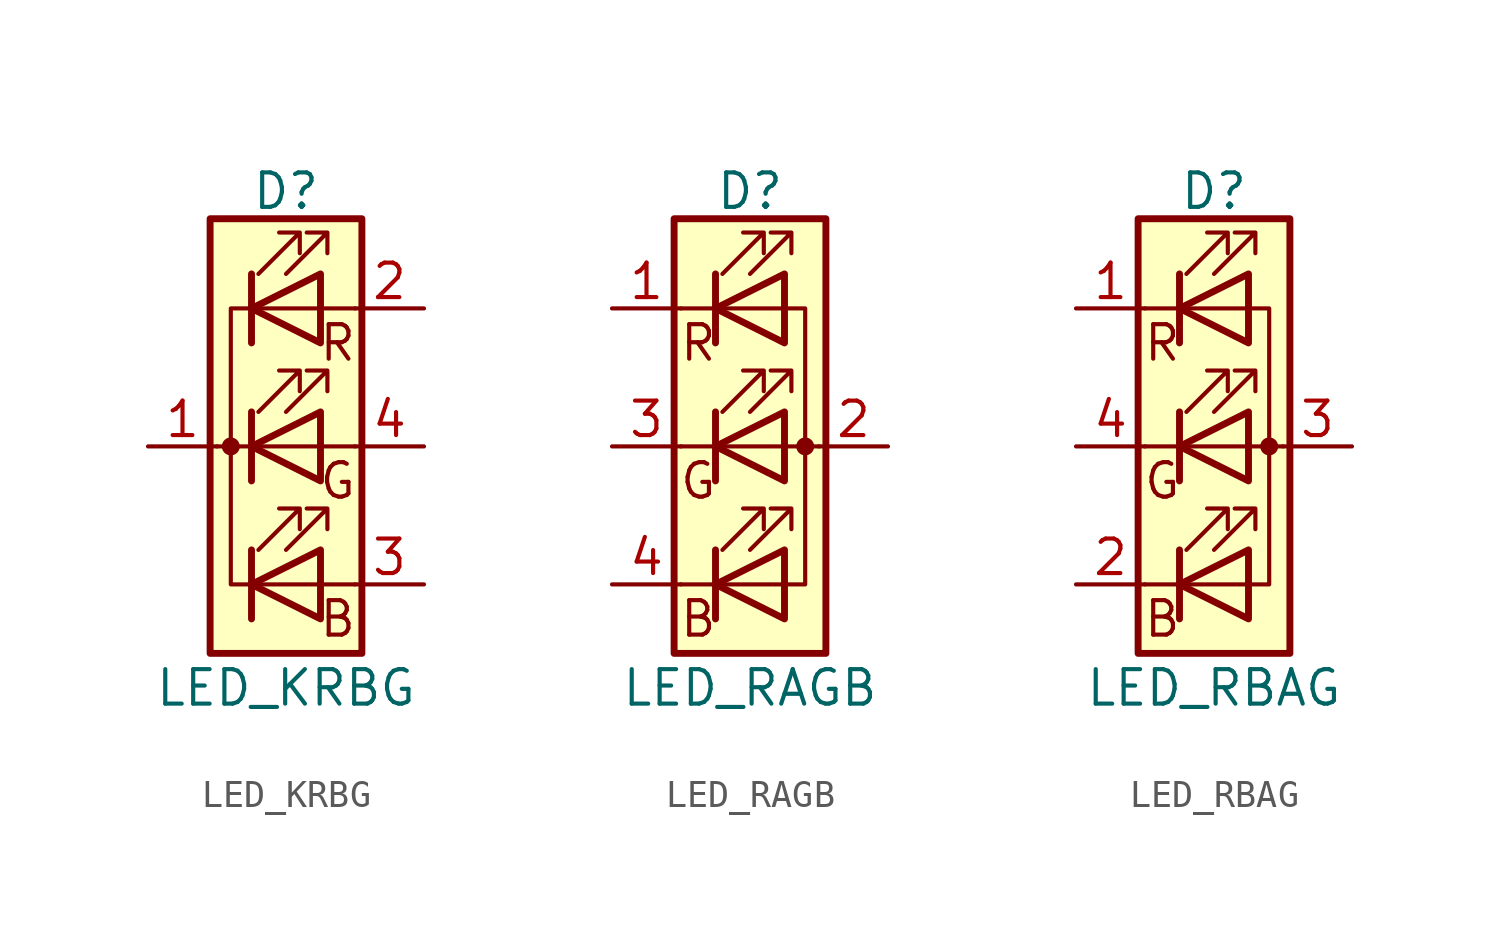
<source format=kicad_sym>
(kicad_symbol_lib
  (version 20211014)
  (generator kicad_symbol_editor)
  (symbol "LED_KRBG"
    (pin_names
      (offset 0) hide)
    (property "Reference" "D"
      (at 0 9.398 0)
      (effects (font (size 1.27 1.27))))
    (property "Value" "LED_KRBG"
      (at 0 -8.89 0)
      (effects (font (size 1.27 1.27))))
    (symbol "LED_KRBG_0_0"
      (text "B" (at 1.905 -6.35 0) (effects (font (size 1.27 1.27))))
      (text "G" (at 1.905 -1.27 0) (effects (font (size 1.27 1.27))))
      (text "R" (at 1.905 3.81 0) (effects (font (size 1.27 1.27)))))
    (symbol "LED_KRBG_0_1"
      (circle (center -2.032 0) (radius 0.254) (stroke (width 0) (type default) (color 0 0 0 0)) (fill (type outline)))
      (polyline (pts (xy -1.27 -5.08) (xy 1.27 -5.08)) (stroke (width 0) (type default) (color 0 0 0 0)) (fill (type none)))
      (polyline (pts (xy -1.27 -3.81) (xy -1.27 -6.35)) (stroke (width 0.254) (type default) (color 0 0 0 0)) (fill (type none)))
      (polyline (pts (xy -1.27 0) (xy -2.54 0)) (stroke (width 0) (type default) (color 0 0 0 0)) (fill (type none)))
      (polyline (pts (xy -1.27 1.27) (xy -1.27 -1.27)) (stroke (width 0.254) (type default) (color 0 0 0 0)) (fill (type none)))
      (polyline (pts (xy -1.27 5.08) (xy 1.27 5.08)) (stroke (width 0) (type default) (color 0 0 0 0)) (fill (type none)))
      (polyline (pts (xy -1.27 6.35) (xy -1.27 3.81)) (stroke (width 0.254) (type default) (color 0 0 0 0)) (fill (type none)))
      (polyline (pts (xy 1.27 -5.08) (xy 2.54 -5.08)) (stroke (width 0) (type default) (color 0 0 0 0)) (fill (type none)))
      (polyline (pts (xy 1.27 0) (xy -1.27 0)) (stroke (width 0) (type default) (color 0 0 0 0)) (fill (type none)))
      (polyline (pts (xy 1.27 0) (xy 2.54 0)) (stroke (width 0) (type default) (color 0 0 0 0)) (fill (type none)))
      (polyline (pts (xy 1.27 5.08) (xy 2.54 5.08)) (stroke (width 0) (type default) (color 0 0 0 0)) (fill (type none)))
      (polyline (pts (xy -1.27 1.27) (xy -1.27 -1.27) (xy -1.27 -1.27)) (stroke (width 0) (type default) (color 0 0 0 0)) (fill (type none)))
      (polyline (pts (xy -1.27 6.35) (xy -1.27 3.81) (xy -1.27 3.81)) (stroke (width 0) (type default) (color 0 0 0 0)) (fill (type none)))
      (polyline (pts (xy -1.27 5.08) (xy -2.032 5.08) (xy -2.032 -5.08) (xy -1.016 -5.08)) (stroke (width 0) (type default) (color 0 0 0 0)) (fill (type none)))
      (polyline (pts (xy 1.27 -3.81) (xy 1.27 -6.35) (xy -1.27 -5.08) (xy 1.27 -3.81)) (stroke (width 0.254) (type default) (color 0 0 0 0)) (fill (type none)))
      (polyline (pts (xy 1.27 1.27) (xy 1.27 -1.27) (xy -1.27 0) (xy 1.27 1.27)) (stroke (width 0.254) (type default) (color 0 0 0 0)) (fill (type none)))
      (polyline (pts (xy 1.27 6.35) (xy 1.27 3.81) (xy -1.27 5.08) (xy 1.27 6.35)) (stroke (width 0.254) (type default) (color 0 0 0 0)) (fill (type none)))
      (polyline (pts (xy -1.016 -3.81) (xy 0.508 -2.286) (xy -0.254 -2.286) (xy 0.508 -2.286) (xy 0.508 -3.048)) (stroke (width 0) (type default) (color 0 0 0 0)) (fill (type none)))
      (polyline (pts (xy -1.016 1.27) (xy 0.508 2.794) (xy -0.254 2.794) (xy 0.508 2.794) (xy 0.508 2.032)) (stroke (width 0) (type default) (color 0 0 0 0)) (fill (type none)))
      (polyline (pts (xy -1.016 6.35) (xy 0.508 7.874) (xy -0.254 7.874) (xy 0.508 7.874) (xy 0.508 7.112)) (stroke (width 0) (type default) (color 0 0 0 0)) (fill (type none)))
      (polyline (pts (xy 0 -3.81) (xy 1.524 -2.286) (xy 0.762 -2.286) (xy 1.524 -2.286) (xy 1.524 -3.048)) (stroke (width 0) (type default) (color 0 0 0 0)) (fill (type none)))
      (polyline (pts (xy 0 1.27) (xy 1.524 2.794) (xy 0.762 2.794) (xy 1.524 2.794) (xy 1.524 2.032)) (stroke (width 0) (type default) (color 0 0 0 0)) (fill (type none)))
      (polyline (pts (xy 0 6.35) (xy 1.524 7.874) (xy 0.762 7.874) (xy 1.524 7.874) (xy 1.524 7.112)) (stroke (width 0) (type default) (color 0 0 0 0)) (fill (type none)))
      (rectangle (start 1.27 -1.27) (end 1.27 1.27) (stroke (width 0) (type default) (color 0 0 0 0)) (fill (type none)))
      (rectangle (start 1.27 1.27) (end 1.27 1.27) (stroke (width 0) (type default) (color 0 0 0 0)) (fill (type none)))
      (rectangle (start 1.27 3.81) (end 1.27 6.35) (stroke (width 0) (type default) (color 0 0 0 0)) (fill (type none)))
      (rectangle (start 1.27 6.35) (end 1.27 6.35) (stroke (width 0) (type default) (color 0 0 0 0)) (fill (type none)))
      (rectangle (start 2.794 8.382) (end -2.794 -7.62) (stroke (width 0.254) (type default) (color 0 0 0 0)) (fill (type background))))
    (symbol "LED_KRBG_1_1"
      (pin passive line (at -5.08 0 0) (length 2.54) (name "K" (effects (font (size 1.27 1.27)))) (number "1" (effects (font (size 1.27 1.27)))))
      (pin passive line (at 5.08 5.08 180) (length 2.54) (name "RA" (effects (font (size 1.27 1.27)))) (number "2" (effects (font (size 1.27 1.27)))))
      (pin passive line (at 5.08 -5.08 180) (length 2.54) (name "BA" (effects (font (size 1.27 1.27)))) (number "3" (effects (font (size 1.27 1.27)))))
      (pin passive line (at 5.08 0 180) (length 2.54) (name "GA" (effects (font (size 1.27 1.27)))) (number "4" (effects (font (size 1.27 1.27)))))))
  (symbol "LED_RAGB"
    (pin_names
      (offset 0) hide)
    (property "Reference" "D"
      (at 0 9.398 0)
      (effects (font (size 1.27 1.27))))
    (property "Value" "LED_RAGB"
      (at 0 -8.89 0)
      (effects (font (size 1.27 1.27))))
    (symbol "LED_RAGB_0_0"
      (text "B" (at -1.905 -6.35 0) (effects (font (size 1.27 1.27))))
      (text "G" (at -1.905 -1.27 0) (effects (font (size 1.27 1.27))))
      (text "R" (at -1.905 3.81 0) (effects (font (size 1.27 1.27)))))
    (symbol "LED_RAGB_0_1"
      (polyline (pts (xy -1.27 -5.08) (xy -2.54 -5.08)) (stroke (width 0) (type default) (color 0 0 0 0)) (fill (type none)))
      (polyline (pts (xy -1.27 -5.08) (xy 1.27 -5.08)) (stroke (width 0) (type default) (color 0 0 0 0)) (fill (type none)))
      (polyline (pts (xy -1.27 -3.81) (xy -1.27 -6.35)) (stroke (width 0.254) (type default) (color 0 0 0 0)) (fill (type none)))
      (polyline (pts (xy -1.27 0) (xy -2.54 0)) (stroke (width 0) (type default) (color 0 0 0 0)) (fill (type none)))
      (polyline (pts (xy -1.27 1.27) (xy -1.27 -1.27)) (stroke (width 0.254) (type default) (color 0 0 0 0)) (fill (type none)))
      (polyline (pts (xy -1.27 5.08) (xy -2.54 5.08)) (stroke (width 0) (type default) (color 0 0 0 0)) (fill (type none)))
      (polyline (pts (xy -1.27 5.08) (xy 1.27 5.08)) (stroke (width 0) (type default) (color 0 0 0 0)) (fill (type none)))
      (polyline (pts (xy -1.27 6.35) (xy -1.27 3.81)) (stroke (width 0.254) (type default) (color 0 0 0 0)) (fill (type none)))
      (polyline (pts (xy 1.27 0) (xy -1.27 0)) (stroke (width 0) (type default) (color 0 0 0 0)) (fill (type none)))
      (polyline (pts (xy 1.27 0) (xy 2.54 0)) (stroke (width 0) (type default) (color 0 0 0 0)) (fill (type none)))
      (polyline (pts (xy -1.27 1.27) (xy -1.27 -1.27) (xy -1.27 -1.27)) (stroke (width 0) (type default) (color 0 0 0 0)) (fill (type none)))
      (polyline (pts (xy -1.27 6.35) (xy -1.27 3.81) (xy -1.27 3.81)) (stroke (width 0) (type default) (color 0 0 0 0)) (fill (type none)))
      (polyline (pts (xy 1.27 -5.08) (xy 2.032 -5.08) (xy 2.032 5.08) (xy 1.27 5.08)) (stroke (width 0) (type default) (color 0 0 0 0)) (fill (type none)))
      (polyline (pts (xy 1.27 -3.81) (xy 1.27 -6.35) (xy -1.27 -5.08) (xy 1.27 -3.81)) (stroke (width 0.254) (type default) (color 0 0 0 0)) (fill (type none)))
      (polyline (pts (xy 1.27 1.27) (xy 1.27 -1.27) (xy -1.27 0) (xy 1.27 1.27)) (stroke (width 0.254) (type default) (color 0 0 0 0)) (fill (type none)))
      (polyline (pts (xy 1.27 6.35) (xy 1.27 3.81) (xy -1.27 5.08) (xy 1.27 6.35)) (stroke (width 0.254) (type default) (color 0 0 0 0)) (fill (type none)))
      (polyline (pts (xy -1.016 -3.81) (xy 0.508 -2.286) (xy -0.254 -2.286) (xy 0.508 -2.286) (xy 0.508 -3.048)) (stroke (width 0) (type default) (color 0 0 0 0)) (fill (type none)))
      (polyline (pts (xy -1.016 1.27) (xy 0.508 2.794) (xy -0.254 2.794) (xy 0.508 2.794) (xy 0.508 2.032)) (stroke (width 0) (type default) (color 0 0 0 0)) (fill (type none)))
      (polyline (pts (xy -1.016 6.35) (xy 0.508 7.874) (xy -0.254 7.874) (xy 0.508 7.874) (xy 0.508 7.112)) (stroke (width 0) (type default) (color 0 0 0 0)) (fill (type none)))
      (polyline (pts (xy 0 -3.81) (xy 1.524 -2.286) (xy 0.762 -2.286) (xy 1.524 -2.286) (xy 1.524 -3.048)) (stroke (width 0) (type default) (color 0 0 0 0)) (fill (type none)))
      (polyline (pts (xy 0 1.27) (xy 1.524 2.794) (xy 0.762 2.794) (xy 1.524 2.794) (xy 1.524 2.032)) (stroke (width 0) (type default) (color 0 0 0 0)) (fill (type none)))
      (polyline (pts (xy 0 6.35) (xy 1.524 7.874) (xy 0.762 7.874) (xy 1.524 7.874) (xy 1.524 7.112)) (stroke (width 0) (type default) (color 0 0 0 0)) (fill (type none)))
      (rectangle (start 1.27 -1.27) (end 1.27 1.27) (stroke (width 0) (type default) (color 0 0 0 0)) (fill (type none)))
      (rectangle (start 1.27 1.27) (end 1.27 1.27) (stroke (width 0) (type default) (color 0 0 0 0)) (fill (type none)))
      (rectangle (start 1.27 3.81) (end 1.27 6.35) (stroke (width 0) (type default) (color 0 0 0 0)) (fill (type none)))
      (rectangle (start 1.27 6.35) (end 1.27 6.35) (stroke (width 0) (type default) (color 0 0 0 0)) (fill (type none)))
      (circle (center 2.032 0) (radius 0.254) (stroke (width 0) (type default) (color 0 0 0 0)) (fill (type outline)))
      (rectangle (start 2.794 8.382) (end -2.794 -7.62) (stroke (width 0.254) (type default) (color 0 0 0 0)) (fill (type background))))
    (symbol "LED_RAGB_1_1"
      (pin passive line (at -5.08 5.08 0) (length 2.54) (name "RK" (effects (font (size 1.27 1.27)))) (number "1" (effects (font (size 1.27 1.27)))))
      (pin passive line (at 5.08 0 180) (length 2.54) (name "A" (effects (font (size 1.27 1.27)))) (number "2" (effects (font (size 1.27 1.27)))))
      (pin passive line (at -5.08 0 0) (length 2.54) (name "GK" (effects (font (size 1.27 1.27)))) (number "3" (effects (font (size 1.27 1.27)))))
      (pin passive line (at -5.08 -5.08 0) (length 2.54) (name "BK" (effects (font (size 1.27 1.27)))) (number "4" (effects (font (size 1.27 1.27)))))))
  (symbol "LED_RBAG"
    (pin_names
      (offset 0) hide)
    (property "Reference" "D"
      (at 0 9.398 0)
      (effects (font (size 1.27 1.27))))
    (property "Value" "LED_RBAG"
      (at 0 -8.89 0)
      (effects (font (size 1.27 1.27))))
    (symbol "LED_RBAG_0_0"
      (text "B" (at -1.905 -6.35 0) (effects (font (size 1.27 1.27))))
      (text "G" (at -1.905 -1.27 0) (effects (font (size 1.27 1.27))))
      (text "R" (at -1.905 3.81 0) (effects (font (size 1.27 1.27)))))
    (symbol "LED_RBAG_0_1"
      (polyline (pts (xy -1.27 -5.08) (xy -2.54 -5.08)) (stroke (width 0) (type default) (color 0 0 0 0)) (fill (type none)))
      (polyline (pts (xy -1.27 -5.08) (xy 1.27 -5.08)) (stroke (width 0) (type default) (color 0 0 0 0)) (fill (type none)))
      (polyline (pts (xy -1.27 -3.81) (xy -1.27 -6.35)) (stroke (width 0.254) (type default) (color 0 0 0 0)) (fill (type none)))
      (polyline (pts (xy -1.27 0) (xy -2.54 0)) (stroke (width 0) (type default) (color 0 0 0 0)) (fill (type none)))
      (polyline (pts (xy -1.27 1.27) (xy -1.27 -1.27)) (stroke (width 0.254) (type default) (color 0 0 0 0)) (fill (type none)))
      (polyline (pts (xy -1.27 5.08) (xy -2.54 5.08)) (stroke (width 0) (type default) (color 0 0 0 0)) (fill (type none)))
      (polyline (pts (xy -1.27 5.08) (xy 1.27 5.08)) (stroke (width 0) (type default) (color 0 0 0 0)) (fill (type none)))
      (polyline (pts (xy -1.27 6.35) (xy -1.27 3.81)) (stroke (width 0.254) (type default) (color 0 0 0 0)) (fill (type none)))
      (polyline (pts (xy 1.27 0) (xy -1.27 0)) (stroke (width 0) (type default) (color 0 0 0 0)) (fill (type none)))
      (polyline (pts (xy 1.27 0) (xy 2.54 0)) (stroke (width 0) (type default) (color 0 0 0 0)) (fill (type none)))
      (polyline (pts (xy -1.27 1.27) (xy -1.27 -1.27) (xy -1.27 -1.27)) (stroke (width 0) (type default) (color 0 0 0 0)) (fill (type none)))
      (polyline (pts (xy -1.27 6.35) (xy -1.27 3.81) (xy -1.27 3.81)) (stroke (width 0) (type default) (color 0 0 0 0)) (fill (type none)))
      (polyline (pts (xy 1.27 -5.08) (xy 2.032 -5.08) (xy 2.032 5.08) (xy 1.27 5.08)) (stroke (width 0) (type default) (color 0 0 0 0)) (fill (type none)))
      (polyline (pts (xy 1.27 -3.81) (xy 1.27 -6.35) (xy -1.27 -5.08) (xy 1.27 -3.81)) (stroke (width 0.254) (type default) (color 0 0 0 0)) (fill (type none)))
      (polyline (pts (xy 1.27 1.27) (xy 1.27 -1.27) (xy -1.27 0) (xy 1.27 1.27)) (stroke (width 0.254) (type default) (color 0 0 0 0)) (fill (type none)))
      (polyline (pts (xy 1.27 6.35) (xy 1.27 3.81) (xy -1.27 5.08) (xy 1.27 6.35)) (stroke (width 0.254) (type default) (color 0 0 0 0)) (fill (type none)))
      (polyline (pts (xy -1.016 -3.81) (xy 0.508 -2.286) (xy -0.254 -2.286) (xy 0.508 -2.286) (xy 0.508 -3.048)) (stroke (width 0) (type default) (color 0 0 0 0)) (fill (type none)))
      (polyline (pts (xy -1.016 1.27) (xy 0.508 2.794) (xy -0.254 2.794) (xy 0.508 2.794) (xy 0.508 2.032)) (stroke (width 0) (type default) (color 0 0 0 0)) (fill (type none)))
      (polyline (pts (xy -1.016 6.35) (xy 0.508 7.874) (xy -0.254 7.874) (xy 0.508 7.874) (xy 0.508 7.112)) (stroke (width 0) (type default) (color 0 0 0 0)) (fill (type none)))
      (polyline (pts (xy 0 -3.81) (xy 1.524 -2.286) (xy 0.762 -2.286) (xy 1.524 -2.286) (xy 1.524 -3.048)) (stroke (width 0) (type default) (color 0 0 0 0)) (fill (type none)))
      (polyline (pts (xy 0 1.27) (xy 1.524 2.794) (xy 0.762 2.794) (xy 1.524 2.794) (xy 1.524 2.032)) (stroke (width 0) (type default) (color 0 0 0 0)) (fill (type none)))
      (polyline (pts (xy 0 6.35) (xy 1.524 7.874) (xy 0.762 7.874) (xy 1.524 7.874) (xy 1.524 7.112)) (stroke (width 0) (type default) (color 0 0 0 0)) (fill (type none)))
      (rectangle (start 1.27 -1.27) (end 1.27 1.27) (stroke (width 0) (type default) (color 0 0 0 0)) (fill (type none)))
      (rectangle (start 1.27 1.27) (end 1.27 1.27) (stroke (width 0) (type default) (color 0 0 0 0)) (fill (type none)))
      (rectangle (start 1.27 3.81) (end 1.27 6.35) (stroke (width 0) (type default) (color 0 0 0 0)) (fill (type none)))
      (rectangle (start 1.27 6.35) (end 1.27 6.35) (stroke (width 0) (type default) (color 0 0 0 0)) (fill (type none)))
      (circle (center 2.032 0) (radius 0.254) (stroke (width 0) (type default) (color 0 0 0 0)) (fill (type outline)))
      (rectangle (start 2.794 8.382) (end -2.794 -7.62) (stroke (width 0.254) (type default) (color 0 0 0 0)) (fill (type background))))
    (symbol "LED_RBAG_1_1"
      (pin passive line (at -5.08 5.08 0) (length 2.54) (name "RK" (effects (font (size 1.27 1.27)))) (number "1" (effects (font (size 1.27 1.27)))))
      (pin passive line (at -5.08 -5.08 0) (length 2.54) (name "BK" (effects (font (size 1.27 1.27)))) (number "2" (effects (font (size 1.27 1.27)))))
      (pin passive line (at 5.08 0 180) (length 2.54) (name "A" (effects (font (size 1.27 1.27)))) (number "3" (effects (font (size 1.27 1.27)))))
      (pin passive line (at -5.08 0 0) (length 2.54) (name "GK" (effects (font (size 1.27 1.27)))) (number "4" (effects (font (size 1.27 1.27))))))))
</source>
